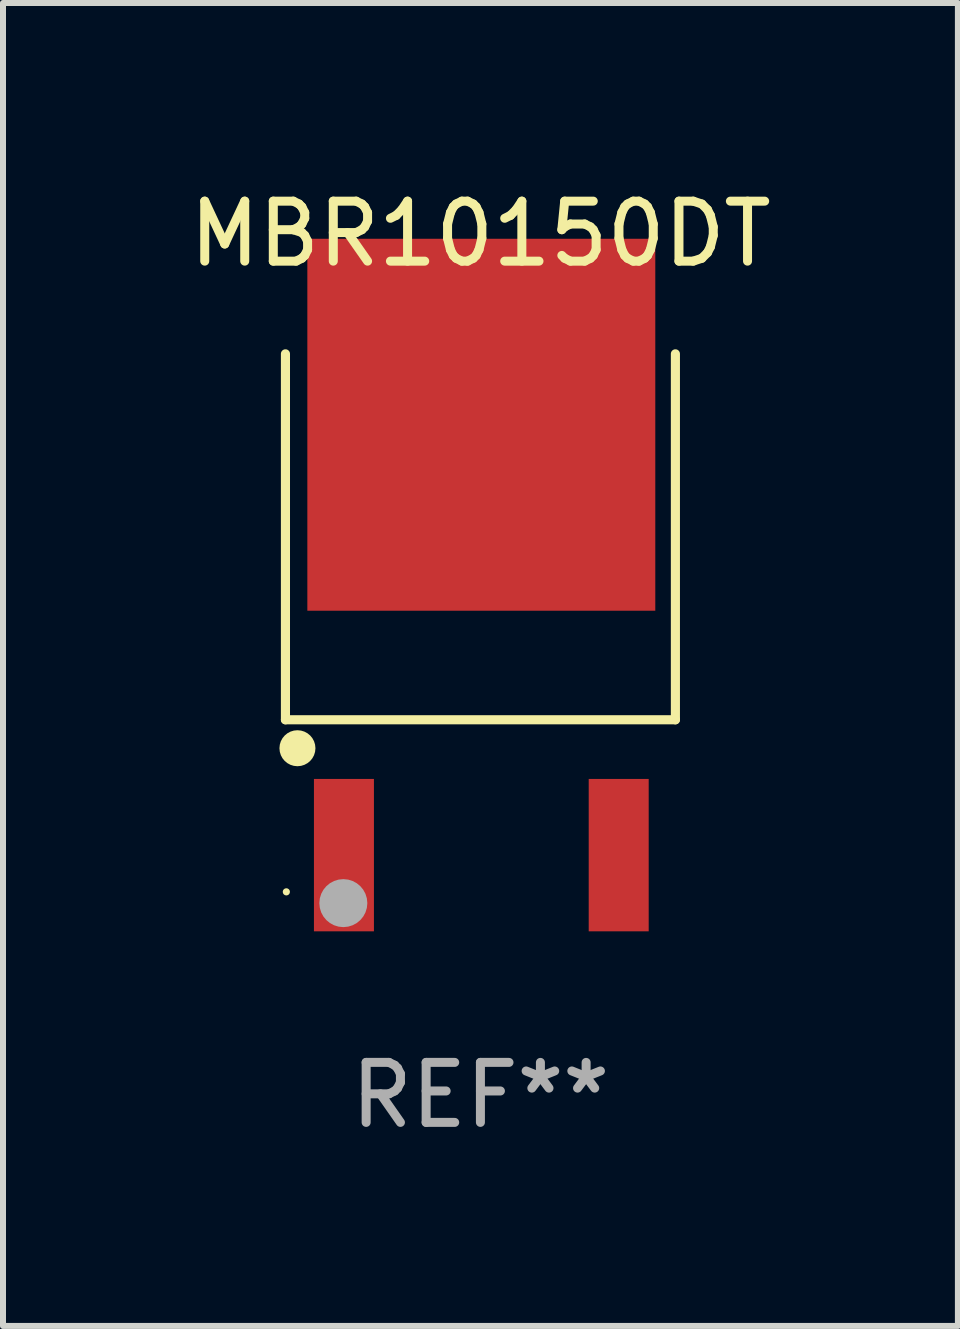
<source format=kicad_pcb>
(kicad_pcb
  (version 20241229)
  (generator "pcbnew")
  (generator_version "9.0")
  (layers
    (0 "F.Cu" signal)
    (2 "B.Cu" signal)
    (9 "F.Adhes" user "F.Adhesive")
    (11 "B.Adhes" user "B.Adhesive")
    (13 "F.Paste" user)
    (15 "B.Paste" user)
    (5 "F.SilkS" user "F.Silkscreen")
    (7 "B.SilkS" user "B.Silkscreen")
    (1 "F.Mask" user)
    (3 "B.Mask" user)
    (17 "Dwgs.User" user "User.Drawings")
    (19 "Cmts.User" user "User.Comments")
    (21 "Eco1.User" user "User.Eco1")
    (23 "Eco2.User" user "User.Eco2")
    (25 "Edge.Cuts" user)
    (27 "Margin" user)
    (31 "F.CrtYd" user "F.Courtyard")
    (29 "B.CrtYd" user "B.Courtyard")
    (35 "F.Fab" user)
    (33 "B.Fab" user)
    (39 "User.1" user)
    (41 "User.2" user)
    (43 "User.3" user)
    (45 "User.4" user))
  (footprint "MBR10150DT"
    (layer "F.Cu")
    (at 4.958 7.026)
    (property "Reference" "MBR10150DT" (at 0 -6.178 0) (layer "F.SilkS") (effects (font (size 1 1) (thickness 0.15))))
    (attr through_hole)
    (fp_line (start -3.25 1.922) (end -3.25 -4.178) (stroke (width 0.152) (type solid)) (layer "F.SilkS"))
    (fp_line (start 3.25 -4.178) (end 3.25 1.922) (stroke (width 0.152) (type solid)) (layer "F.SilkS"))
    (fp_line (start 3.25 1.922) (end -3.25 1.922) (stroke (width 0.152) (type solid)) (layer "F.SilkS"))
    (fp_circle (center -3.235 4.79) (end -3.205 4.79) (stroke (width 0.06) (type solid)) (fill no) (layer "F.SilkS"))
    (fp_circle (center -3.05 2.396) (end -2.9 2.396) (stroke (width 0.3) (type solid)) (fill no) (layer "F.SilkS"))
    (fp_circle (center -2.285 4.978) (end -2.085 4.978) (stroke (width 0.4) (type solid)) (fill no) (layer "F.Fab"))
    (fp_text user "REF**" (at 0 8.178 0) (layer "F.Fab") (effects (font (size 1 1) (thickness 0.15))))
    (pad "1" smd rect (at -2.275 4.178) (size 1 2.54) (layers "F.Cu" "F.Mask" "F.Paste"))
    (pad "2" smd rect (at 0.015 -2.996) (size 5.8 6.2) (layers "F.Cu" "F.Mask" "F.Paste"))
    (pad "3" smd rect (at 2.305 4.178) (size 1 2.54) (layers "F.Cu" "F.Mask" "F.Paste")))
  (gr_rect
    (start -3 -3)
    (end 12.917 19.052)
    (stroke (width 0.1) (type default))
    (fill no)
    (layer "Edge.Cuts")))
</source>
